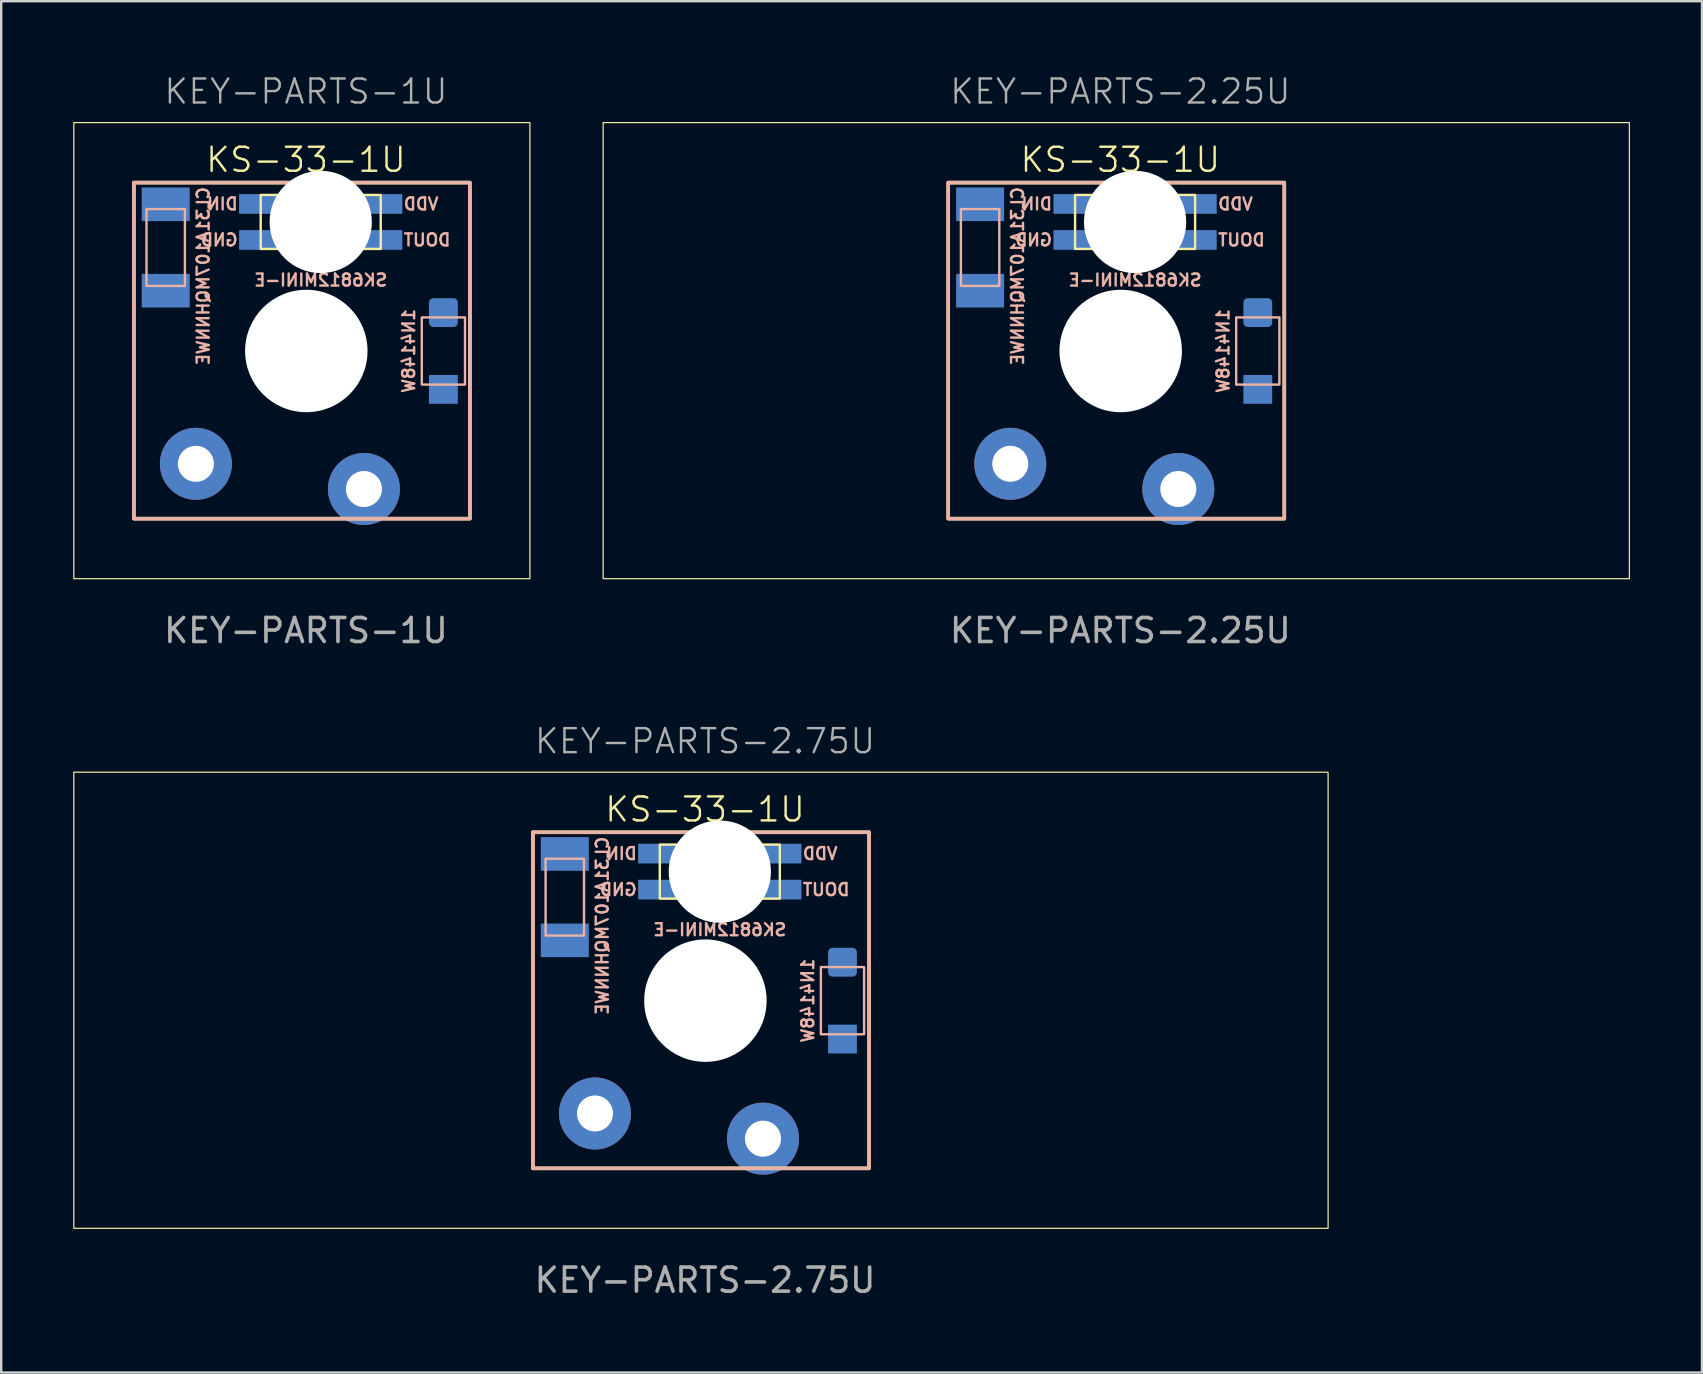
<source format=kicad_pcb>
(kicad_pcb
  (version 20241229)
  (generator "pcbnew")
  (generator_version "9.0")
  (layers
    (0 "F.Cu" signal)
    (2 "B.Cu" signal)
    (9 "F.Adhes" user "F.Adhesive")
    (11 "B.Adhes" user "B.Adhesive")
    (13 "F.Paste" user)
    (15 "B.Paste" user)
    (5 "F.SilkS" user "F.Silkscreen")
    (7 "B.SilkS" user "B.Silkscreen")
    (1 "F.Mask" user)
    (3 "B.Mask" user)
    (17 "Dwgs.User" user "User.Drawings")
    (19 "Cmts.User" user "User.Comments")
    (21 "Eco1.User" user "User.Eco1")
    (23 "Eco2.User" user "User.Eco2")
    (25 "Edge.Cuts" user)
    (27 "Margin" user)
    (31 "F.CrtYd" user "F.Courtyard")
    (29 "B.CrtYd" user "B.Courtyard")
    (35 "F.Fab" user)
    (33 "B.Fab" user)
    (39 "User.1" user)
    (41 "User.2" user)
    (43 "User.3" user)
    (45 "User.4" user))
  (footprint "KEY-PARTS-2.25U"
    (layer "F.Cu")
    (at 43.45 11.556)
    (property "Reference" "KEY-PARTS-2.25U" (at 0.17 -10.795 0) (unlocked yes) (layer "F.Fab") (effects (font (size 1 1) (thickness 0.1))))
    (attr smd)
    (fp_rect (start -21.375 -9.5) (end 21.375 9.5) (stroke (width 0.05) (type solid)) (fill no) (layer "F.SilkS"))
    (fp_rect (start -7 -7) (end 7 7) (stroke (width 0.15) (type solid)) (fill no) (layer "F.SilkS"))
    (fp_rect (start -1.715 -6.485) (end 3.285 -4.235) (stroke (width 0.1) (type solid)) (fill no) (layer "F.SilkS"))
    (fp_rect (start -7 -7) (end 7 7) (stroke (width 0.15) (type solid)) (fill no) (layer "B.SilkS"))
    (fp_rect (start -6.472 -5.896) (end -4.872 -2.696) (stroke (width 0.1) (type default)) (fill no) (layer "B.SilkS"))
    (fp_rect (start 4.996 -1.385) (end 6.796 1.415) (stroke (width 0.1) (type default)) (fill no) (layer "B.SilkS"))
    (fp_text user "KS-33-1U" (at 0.17 -7.366 0) (unlocked yes) (layer "F.SilkS") (effects (font (size 1 1) (thickness 0.1)) (justify bottom)))
    (fp_text user "DIN" (at -2.615 -6.11 0) (unlocked yes) (layer "B.SilkS") (effects (font (size 0.5 0.5) (thickness 0.1)) (justify left mirror)))
    (fp_text user "CL31A107MQHNNWE" (at -4.11 -3.102 90) (unlocked yes) (layer "B.SilkS") (effects (font (size 0.5 0.5) (thickness 0.1) (bold yes)) (justify mirror)))
    (fp_text user "1N4148W" (at 4.742 0.015 90) (unlocked yes) (layer "B.SilkS") (effects (font (size 0.5 0.5) (thickness 0.1)) (justify bottom mirror)))
    (fp_text user "DOUT" (at 4.185 -4.61 0) (unlocked yes) (layer "B.SilkS") (effects (font (size 0.5 0.5) (thickness 0.1)) (justify right mirror)))
    (fp_text user "SK6812MINI-E" (at 0.785 -3.23 0) (unlocked yes) (layer "B.SilkS") (effects (font (size 0.5 0.5) (thickness 0.1) (bold yes)) (justify top mirror)))
    (fp_text user "VDD" (at 4.185 -6.11 0) (unlocked yes) (layer "B.SilkS") (effects (font (size 0.5 0.5) (thickness 0.1)) (justify right mirror)))
    (fp_text user "GND" (at -2.615 -4.61 0) (unlocked yes) (layer "B.SilkS") (effects (font (size 0.5 0.5) (thickness 0.1)) (justify left mirror)))
    (fp_text user "${REFERENCE}" (at 0.17 11.66 0) (unlocked yes) (layer "F.Fab") (effects (font (size 1 1) (thickness 0.15))))
    (pad "" np_thru_hole circle (at 0.185 0.015) (size 5.1 5.1) (drill 5.25) (layers "*.Cu" "*.Mask"))
    (pad "" np_thru_hole circle (at 0.785 -5.36) (size 4.26 4.26) (drill 4.26) (layers "*.Cu" "*.Mask"))
    (pad "1" smd rect (at 3.285 -6.11) (size 1.8 0.82) (layers "B.Cu" "B.Mask" "B.Paste"))
    (pad "2" smd rect (at 3.285 -4.61) (size 1.8 0.82) (layers "B.Cu" "B.Mask" "B.Paste"))
    (pad "3" smd rect (at -1.715 -4.61) (size 1.8 0.82) (layers "B.Cu" "B.Mask" "B.Paste"))
    (pad "4" smd rect (at -1.715 -6.11) (size 1.8 0.82) (layers "B.Cu" "B.Mask" "B.Paste"))
    (pad "A" thru_hole circle (at -4.415 4.715) (size 3 3) (drill 1.5) (layers "*.Cu" "*.Mask"))
    (pad "B" thru_hole circle (at 2.585 5.765) (size 3 3) (drill 1.5) (layers "*.Cu" "*.Mask"))
    (pad "C_1" smd rect (at -5.672 -6.096 90) (size 1.4 2) (layers "B.Cu" "B.Mask" "B.Paste"))
    (pad "C_2" smd rect (at -5.672 -2.496 90) (size 1.4 2) (layers "B.Cu" "B.Mask" "B.Paste"))
    (pad "D_1" smd roundrect (at 5.896 -1.585 90) (size 1.2 1.2) (layers "B.Cu" "B.Mask" "B.Paste") (roundrect_rratio 0.15))
    (pad "D_2" smd rect (at 5.896 1.615 90) (size 1.2 1.2) (layers "B.Cu" "B.Mask" "B.Paste")))
  (footprint "KEY-PARTS-2.75U"
    (layer "F.Cu")
    (at 26.15 38.619)
    (property "Reference" "KEY-PARTS-2.75U" (at 0.17 -10.795 0) (unlocked yes) (layer "F.Fab") (effects (font (size 1 1) (thickness 0.1))))
    (attr smd)
    (fp_rect (start -26.125 -9.5) (end 26.125 9.5) (stroke (width 0.05) (type solid)) (fill no) (layer "F.SilkS"))
    (fp_rect (start -7 -7) (end 7 7) (stroke (width 0.15) (type solid)) (fill no) (layer "F.SilkS"))
    (fp_rect (start -1.715 -6.485) (end 3.285 -4.235) (stroke (width 0.1) (type solid)) (fill no) (layer "F.SilkS"))
    (fp_rect (start -7 -7) (end 7 7) (stroke (width 0.15) (type solid)) (fill no) (layer "B.SilkS"))
    (fp_rect (start -6.472 -5.896) (end -4.872 -2.696) (stroke (width 0.1) (type default)) (fill no) (layer "B.SilkS"))
    (fp_rect (start 4.996 -1.385) (end 6.796 1.415) (stroke (width 0.1) (type default)) (fill no) (layer "B.SilkS"))
    (fp_text user "KS-33-1U" (at 0.17 -7.366 0) (unlocked yes) (layer "F.SilkS") (effects (font (size 1 1) (thickness 0.1)) (justify bottom)))
    (fp_text user "CL31A107MQHNNWE" (at -4.11 -3.102 90) (unlocked yes) (layer "B.SilkS") (effects (font (size 0.5 0.5) (thickness 0.1) (bold yes)) (justify mirror)))
    (fp_text user "DIN" (at -2.615 -6.11 0) (unlocked yes) (layer "B.SilkS") (effects (font (size 0.5 0.5) (thickness 0.1)) (justify left mirror)))
    (fp_text user "1N4148W" (at 4.742 0.015 90) (unlocked yes) (layer "B.SilkS") (effects (font (size 0.5 0.5) (thickness 0.1)) (justify bottom mirror)))
    (fp_text user "VDD" (at 4.185 -6.11 0) (unlocked yes) (layer "B.SilkS") (effects (font (size 0.5 0.5) (thickness 0.1)) (justify right mirror)))
    (fp_text user "SK6812MINI-E" (at 0.785 -3.23 0) (unlocked yes) (layer "B.SilkS") (effects (font (size 0.5 0.5) (thickness 0.1) (bold yes)) (justify top mirror)))
    (fp_text user "DOUT" (at 4.185 -4.61 0) (unlocked yes) (layer "B.SilkS") (effects (font (size 0.5 0.5) (thickness 0.1)) (justify right mirror)))
    (fp_text user "GND" (at -2.615 -4.61 0) (unlocked yes) (layer "B.SilkS") (effects (font (size 0.5 0.5) (thickness 0.1)) (justify left mirror)))
    (fp_text user "${REFERENCE}" (at 0.17 11.66 0) (unlocked yes) (layer "F.Fab") (effects (font (size 1 1) (thickness 0.15))))
    (pad "" np_thru_hole circle (at 0.185 0.015) (size 5.1 5.1) (drill 5.25) (layers "*.Cu" "*.Mask"))
    (pad "" np_thru_hole circle (at 0.785 -5.36) (size 4.26 4.26) (drill 4.26) (layers "*.Cu" "*.Mask"))
    (pad "1" smd rect (at 3.285 -6.11) (size 1.8 0.82) (layers "B.Cu" "B.Mask" "B.Paste"))
    (pad "2" smd rect (at 3.285 -4.61) (size 1.8 0.82) (layers "B.Cu" "B.Mask" "B.Paste"))
    (pad "3" smd rect (at -1.715 -4.61) (size 1.8 0.82) (layers "B.Cu" "B.Mask" "B.Paste"))
    (pad "4" smd rect (at -1.715 -6.11) (size 1.8 0.82) (layers "B.Cu" "B.Mask" "B.Paste"))
    (pad "A" thru_hole circle (at -4.415 4.715) (size 3 3) (drill 1.5) (layers "*.Cu" "*.Mask"))
    (pad "B" thru_hole circle (at 2.585 5.765) (size 3 3) (drill 1.5) (layers "*.Cu" "*.Mask"))
    (pad "C_1" smd rect (at -5.672 -6.096 90) (size 1.4 2) (layers "B.Cu" "B.Mask" "B.Paste"))
    (pad "C_2" smd rect (at -5.672 -2.496 90) (size 1.4 2) (layers "B.Cu" "B.Mask" "B.Paste"))
    (pad "D_1" smd roundrect (at 5.896 -1.585 90) (size 1.2 1.2) (layers "B.Cu" "B.Mask" "B.Paste") (roundrect_rratio 0.15))
    (pad "D_2" smd rect (at 5.896 1.615 90) (size 1.2 1.2) (layers "B.Cu" "B.Mask" "B.Paste")))
  (footprint "KEY-PARTS-1U"
    (layer "F.Cu")
    (at 9.525 11.556)
    (property "Reference" "KEY-PARTS-1U" (at 0.17 -10.795 0) (unlocked yes) (layer "F.Fab") (effects (font (size 1 1) (thickness 0.1))))
    (attr smd)
    (fp_rect (start -9.5 -9.5) (end 9.5 9.5) (stroke (width 0.05) (type solid)) (fill no) (layer "F.SilkS"))
    (fp_rect (start -7 -7) (end 7 7) (stroke (width 0.15) (type solid)) (fill no) (layer "F.SilkS"))
    (fp_rect (start -1.715 -6.485) (end 3.285 -4.235) (stroke (width 0.1) (type solid)) (fill no) (layer "F.SilkS"))
    (fp_rect (start -7 -7) (end 7 7) (stroke (width 0.15) (type solid)) (fill no) (layer "B.SilkS"))
    (fp_rect (start -6.472 -5.896) (end -4.872 -2.696) (stroke (width 0.1) (type default)) (fill no) (layer "B.SilkS"))
    (fp_rect (start 4.996 -1.385) (end 6.796 1.415) (stroke (width 0.1) (type default)) (fill no) (layer "B.SilkS"))
    (fp_text user "KS-33-1U" (at 0.17 -7.366 0) (unlocked yes) (layer "F.SilkS") (effects (font (size 1 1) (thickness 0.1)) (justify bottom)))
    (fp_text user "GND" (at -2.615 -4.61 0) (unlocked yes) (layer "B.SilkS") (effects (font (size 0.5 0.5) (thickness 0.1)) (justify left mirror)))
    (fp_text user "1N4148W" (at 4.742 0.015 90) (unlocked yes) (layer "B.SilkS") (effects (font (size 0.5 0.5) (thickness 0.1)) (justify bottom mirror)))
    (fp_text user "DOUT" (at 4.185 -4.61 0) (unlocked yes) (layer "B.SilkS") (effects (font (size 0.5 0.5) (thickness 0.1)) (justify right mirror)))
    (fp_text user "DIN" (at -2.615 -6.11 0) (unlocked yes) (layer "B.SilkS") (effects (font (size 0.5 0.5) (thickness 0.1)) (justify left mirror)))
    (fp_text user "CL31A107MQHNNWE" (at -4.11 -3.102 90) (unlocked yes) (layer "B.SilkS") (effects (font (size 0.5 0.5) (thickness 0.1) (bold yes)) (justify mirror)))
    (fp_text user "VDD" (at 4.185 -6.11 0) (unlocked yes) (layer "B.SilkS") (effects (font (size 0.5 0.5) (thickness 0.1)) (justify right mirror)))
    (fp_text user "SK6812MINI-E" (at 0.785 -3.23 0) (unlocked yes) (layer "B.SilkS") (effects (font (size 0.5 0.5) (thickness 0.1) (bold yes)) (justify top mirror)))
    (fp_text user "${REFERENCE}" (at 0.17 11.66 0) (unlocked yes) (layer "F.Fab") (effects (font (size 1 1) (thickness 0.15))))
    (pad "" np_thru_hole circle (at 0.185 0.015) (size 5.1 5.1) (drill 5.25) (layers "*.Cu" "*.Mask"))
    (pad "" np_thru_hole circle (at 0.785 -5.36) (size 4.26 4.26) (drill 4.26) (layers "*.Cu" "*.Mask"))
    (pad "1" smd rect (at 3.285 -6.11) (size 1.8 0.82) (layers "B.Cu" "B.Mask" "B.Paste"))
    (pad "2" smd rect (at 3.285 -4.61) (size 1.8 0.82) (layers "B.Cu" "B.Mask" "B.Paste"))
    (pad "3" smd rect (at -1.715 -4.61) (size 1.8 0.82) (layers "B.Cu" "B.Mask" "B.Paste"))
    (pad "4" smd rect (at -1.715 -6.11) (size 1.8 0.82) (layers "B.Cu" "B.Mask" "B.Paste"))
    (pad "A" thru_hole circle (at -4.415 4.715) (size 3 3) (drill 1.5) (layers "*.Cu" "*.Mask"))
    (pad "B" thru_hole circle (at 2.585 5.765) (size 3 3) (drill 1.5) (layers "*.Cu" "*.Mask"))
    (pad "C_1" smd rect (at -5.672 -6.096 90) (size 1.4 2) (layers "B.Cu" "B.Mask" "B.Paste"))
    (pad "C_2" smd rect (at -5.672 -2.496 90) (size 1.4 2) (layers "B.Cu" "B.Mask" "B.Paste"))
    (pad "D_1" smd roundrect (at 5.896 -1.585 90) (size 1.2 1.2) (layers "B.Cu" "B.Mask" "B.Paste") (roundrect_rratio 0.15))
    (pad "D_2" smd rect (at 5.896 1.615 90) (size 1.2 1.2) (layers "B.Cu" "B.Mask" "B.Paste")))
  (gr_rect
    (start -3 -3)
    (end 67.85 54.127)
    (stroke (width 0.1) (type default))
    (fill no)
    (layer "Edge.Cuts")))
</source>
